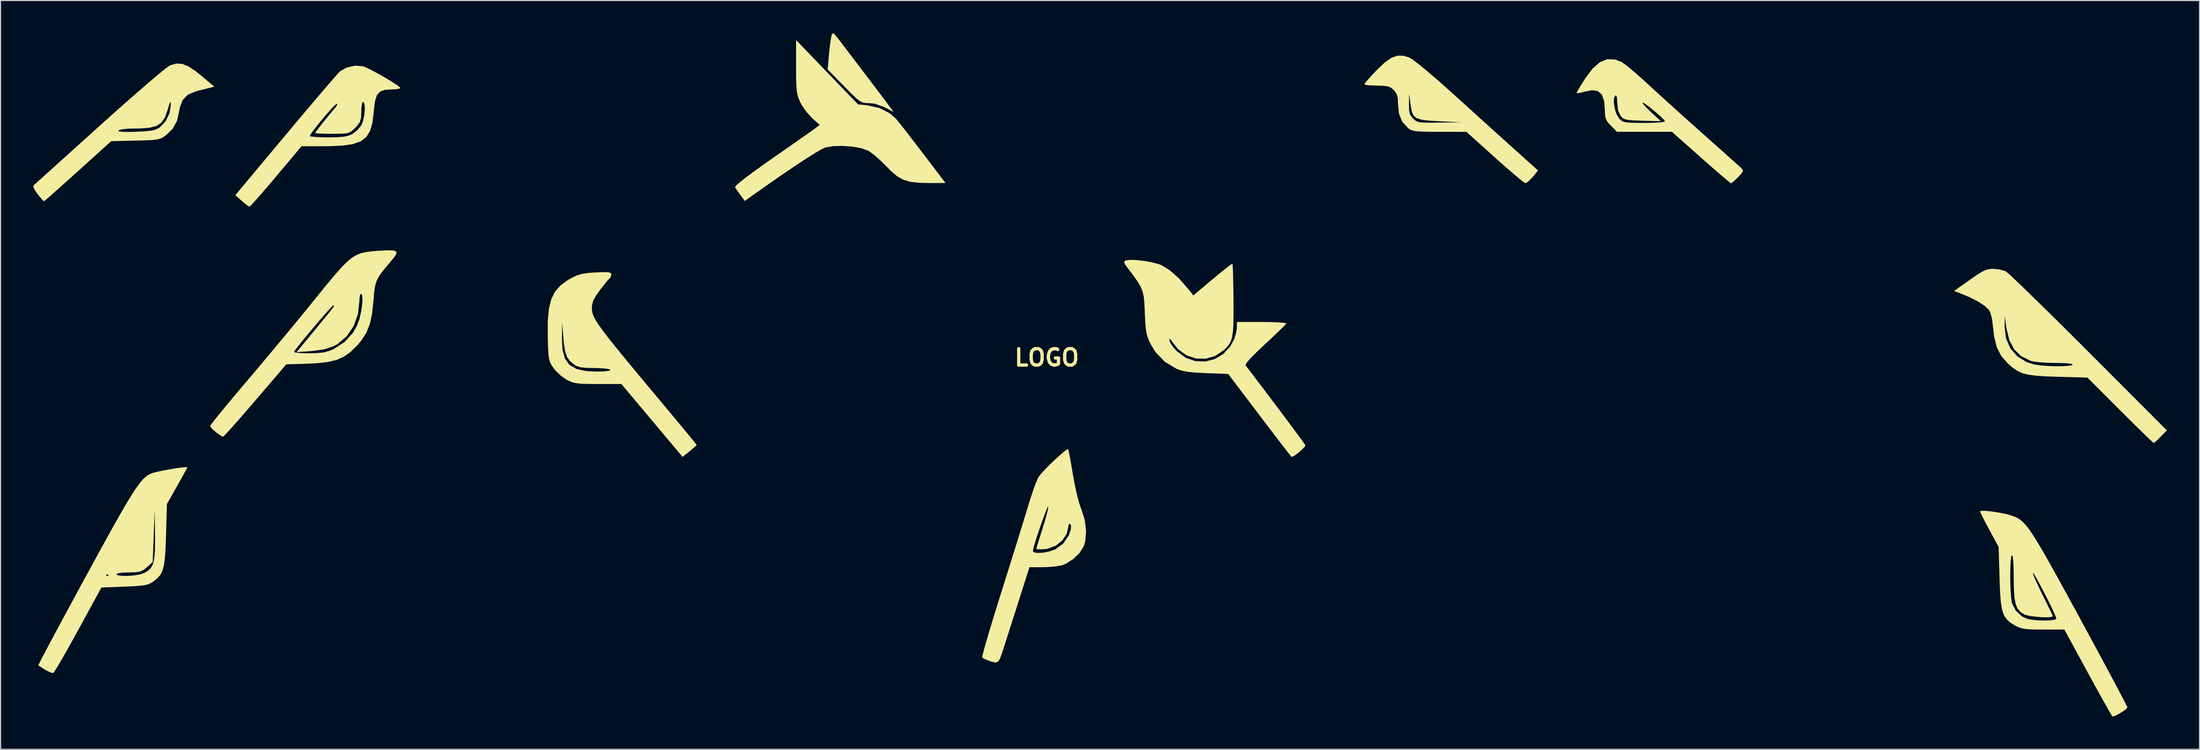
<source format=kicad_pcb>
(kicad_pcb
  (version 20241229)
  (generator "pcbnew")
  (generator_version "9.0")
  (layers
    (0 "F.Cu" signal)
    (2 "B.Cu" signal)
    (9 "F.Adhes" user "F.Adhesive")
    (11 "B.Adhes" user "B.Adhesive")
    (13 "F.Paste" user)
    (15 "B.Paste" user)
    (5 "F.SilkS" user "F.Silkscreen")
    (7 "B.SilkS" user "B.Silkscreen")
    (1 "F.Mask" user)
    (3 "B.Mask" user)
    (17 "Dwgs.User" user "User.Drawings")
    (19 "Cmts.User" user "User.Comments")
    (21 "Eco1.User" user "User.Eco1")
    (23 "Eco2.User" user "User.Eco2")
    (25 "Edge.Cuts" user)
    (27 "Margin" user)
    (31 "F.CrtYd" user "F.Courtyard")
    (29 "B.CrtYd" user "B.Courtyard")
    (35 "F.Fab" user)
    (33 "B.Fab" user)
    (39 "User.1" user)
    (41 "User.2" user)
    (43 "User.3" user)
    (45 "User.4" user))
  (footprint "LOGO"
    (layer "F.Cu")
    (at 92.886 29.732)
    (property "Reference" "LOGO" (at 0 0 0) (layer "F.SilkS") (effects (font (size 1.5 1.5) (thickness 0.3))))
    (attr board_only exclude_from_pos_files exclude_from_bom)
    (fp_poly (pts (xy -19.417 -29.601) (xy -19.137 -29.258) (xy -18.89 -28.935) (xy -18.562 -28.504) (xy -18.08 -27.872) (xy -17.49 -27.096) (xy -16.834 -26.234) (xy -16.158 -25.345) (xy -16.08 -25.243) (xy -15.467 -24.435) (xy -14.931 -23.724) (xy -14.5 -23.146) (xy -14.2 -22.739) (xy -14.061 -22.541) (xy -14.055 -22.527) (xy -14.214 -22.606) (xy -14.565 -22.793) (xy -14.823 -22.935) (xy -15.746 -23.274) (xy -16.299 -23.329) (xy -16.615 -23.338) (xy -16.876 -23.389) (xy -17.135 -23.519) (xy -17.449 -23.765) (xy -17.871 -24.165) (xy -18.456 -24.756) (xy -18.571 -24.872) (xy -20.083 -26.415) (xy -19.966 -27.737) (xy -19.897 -28.418) (xy -19.819 -29.02) (xy -19.749 -29.432) (xy -19.737 -29.481) (xy -19.67 -29.681) (xy -19.579 -29.732)) (stroke (width 0) (type solid)) (fill yes) (layer "F.SilkS"))
    (fp_poly (pts (xy -20.138 -26.162) (xy -17.299 -23.214) (xy -16.415 -23.123) (xy -15.334 -22.878) (xy -14.396 -22.398) (xy -13.846 -21.92) (xy -13.62 -21.651) (xy -13.236 -21.17) (xy -12.729 -20.522) (xy -12.137 -19.756) (xy -11.496 -18.918) (xy -11.353 -18.73) (xy -9.283 -16.003) (xy -10.686 -16.003) (xy -11.727 -16.026) (xy -12.525 -16.118) (xy -13.162 -16.308) (xy -13.72 -16.627) (xy -14.279 -17.107) (xy -14.676 -17.512) (xy -15.223 -18.055) (xy -15.777 -18.542) (xy -16.244 -18.892) (xy -16.385 -18.976) (xy -17.008 -19.195) (xy -17.829 -19.342) (xy -18.728 -19.409) (xy -19.584 -19.387) (xy -20.276 -19.268) (xy -20.313 -19.256) (xy -20.655 -19.094) (xy -21.227 -18.759) (xy -21.998 -18.275) (xy -22.936 -17.66) (xy -24.009 -16.938) (xy -25.185 -16.127) (xy -26.432 -15.25) (xy -26.915 -14.906) (xy -27.676 -14.362) (xy -28.071 -14.898) (xy -28.35 -15.284) (xy -28.547 -15.577) (xy -28.574 -15.622) (xy -28.476 -15.773) (xy -28.121 -16.089) (xy -27.525 -16.556) (xy -26.705 -17.163) (xy -25.675 -17.897) (xy -25.138 -18.272) (xy -24.17 -18.946) (xy -23.273 -19.572) (xy -22.487 -20.123) (xy -21.852 -20.57) (xy -21.408 -20.885) (xy -21.205 -21.033) (xy -20.814 -21.332) (xy -21.515 -21.965) (xy -21.999 -22.491) (xy -22.436 -23.114) (xy -22.596 -23.411) (xy -22.745 -23.758) (xy -22.85 -24.097) (xy -22.917 -24.497) (xy -22.955 -25.024) (xy -22.973 -25.746) (xy -22.976 -26.667) (xy -22.976 -29.11)) (stroke (width 0) (type solid)) (fill yes) (layer "F.SilkS"))
    (fp_poly (pts (xy 32.663 -27.672) (xy 33.194 -27.523) (xy 33.507 -27.338) (xy 34.036 -26.941) (xy 34.764 -26.345) (xy 35.675 -25.565) (xy 36.75 -24.616) (xy 37.679 -23.779) (xy 38.724 -22.832) (xy 39.781 -21.875) (xy 40.802 -20.952) (xy 41.739 -20.106) (xy 42.543 -19.381) (xy 43.166 -18.82) (xy 43.289 -18.71) (xy 45.024 -17.156) (xy 44.539 -16.568) (xy 44.213 -16.22) (xy 43.944 -16.015) (xy 43.863 -15.99) (xy 43.69 -16.098) (xy 43.315 -16.394) (xy 42.776 -16.845) (xy 42.111 -17.42) (xy 41.357 -18.087) (xy 41.066 -18.349) (xy 38.461 -20.696) (xy 36 -20.699) (xy 35.041 -20.703) (xy 34.351 -20.719) (xy 33.871 -20.753) (xy 33.544 -20.812) (xy 33.313 -20.902) (xy 33.119 -21.032) (xy 33.107 -21.041) (xy 32.572 -21.625) (xy 32.275 -22.371) (xy 32.192 -23.224) (xy 32.191 -23.258) (xy 33.191 -23.258) (xy 33.2 -22.679) (xy 33.284 -22.303) (xy 33.476 -22.013) (xy 33.569 -21.915) (xy 33.752 -21.748) (xy 33.948 -21.636) (xy 34.222 -21.57) (xy 34.639 -21.54) (xy 35.263 -21.535) (xy 35.97 -21.543) (xy 37.972 -21.57) (xy 35.98 -21.668) (xy 35.035 -21.725) (xy 34.363 -21.806) (xy 33.912 -21.944) (xy 33.63 -22.17) (xy 33.466 -22.514) (xy 33.366 -23.008) (xy 33.333 -23.251) (xy 33.212 -24.202) (xy 33.191 -23.258) (xy 32.191 -23.258) (xy 32.164 -23.808) (xy 32.054 -24.193) (xy 31.825 -24.502) (xy 31.793 -24.535) (xy 31.535 -24.751) (xy 31.238 -24.872) (xy 30.802 -24.924) (xy 30.246 -24.935) (xy 29.682 -24.951) (xy 29.273 -24.993) (xy 29.1 -25.052) (xy 29.099 -25.057) (xy 29.205 -25.219) (xy 29.493 -25.556) (xy 29.912 -26.013) (xy 30.236 -26.352) (xy 30.954 -27.037) (xy 31.559 -27.47) (xy 32.108 -27.674)) (stroke (width 0) (type solid)) (fill yes) (layer "F.SilkS"))
    (fp_poly (pts (xy 87.291 -8.087) (xy 87.791 -7.953) (xy 87.89 -7.907) (xy 88.081 -7.753) (xy 88.48 -7.388) (xy 89.066 -6.833) (xy 89.819 -6.108) (xy 90.716 -5.233) (xy 91.738 -4.231) (xy 92.863 -3.12) (xy 94.069 -1.921) (xy 95.337 -0.656) (xy 95.489 -0.503) (xy 102.649 6.667) (xy 102.092 7.241) (xy 101.753 7.574) (xy 101.509 7.781) (xy 101.444 7.815) (xy 101.309 7.705) (xy 100.976 7.394) (xy 100.476 6.912) (xy 99.841 6.29) (xy 99.102 5.559) (xy 98.364 4.824) (xy 95.375 1.832) (xy 92.667 1.756) (xy 91.503 1.714) (xy 90.606 1.653) (xy 89.916 1.558) (xy 89.376 1.412) (xy 88.925 1.202) (xy 88.506 0.911) (xy 88.12 0.581) (xy 87.492 -0.121) (xy 87.068 -0.937) (xy 86.817 -1.94) (xy 86.735 -2.675) (xy 86.716 -2.834) (xy 87.781 -2.834) (xy 87.905 -1.777) (xy 88.304 -0.856) (xy 88.946 -0.114) (xy 89.799 0.413) (xy 90.528 0.635) (xy 91.091 0.715) (xy 91.766 0.767) (xy 92.472 0.791) (xy 93.13 0.785) (xy 93.658 0.751) (xy 93.977 0.687) (xy 94.029 0.651) (xy 93.926 0.572) (xy 93.516 0.518) (xy 92.816 0.491) (xy 92.435 0.488) (xy 91.658 0.47) (xy 90.946 0.422) (xy 90.398 0.351) (xy 90.186 0.301) (xy 89.313 -0.126) (xy 88.662 -0.752) (xy 88.214 -1.603) (xy 87.948 -2.708) (xy 87.932 -2.825) (xy 87.802 -3.826) (xy 87.781 -2.834) (xy 86.716 -2.834) (xy 86.629 -3.564) (xy 86.459 -4.167) (xy 86.338 -4.384) (xy 85.95 -4.752) (xy 85.314 -5.161) (xy 84.498 -5.572) (xy 83.787 -5.867) (xy 83.152 -6.107) (xy 84.581 -7.124) (xy 85.254 -7.59) (xy 85.744 -7.89) (xy 86.125 -8.058) (xy 86.471 -8.13) (xy 86.731 -8.141)) (stroke (width 0) (type solid)) (fill yes) (layer "F.SilkS"))
    (fp_poly (pts (xy -79.245 -26.927) (xy -78.659 -26.692) (xy -77.97 -26.231) (xy -77.48 -25.836) (xy -76.295 -24.838) (xy -76.777 -24.715) (xy -77.249 -24.595) (xy -77.824 -24.451) (xy -77.968 -24.415) (xy -78.712 -24.108) (xy -79.204 -23.606) (xy -79.47 -22.88) (xy -79.506 -22.642) (xy -79.714 -21.704) (xy -80.114 -20.973) (xy -80.705 -20.402) (xy -80.959 -20.218) (xy -81.203 -20.09) (xy -81.501 -20.006) (xy -81.919 -19.953) (xy -82.523 -19.921) (xy -83.377 -19.897) (xy -83.524 -19.893) (xy -85.745 -19.841) (xy -88.798 -17.084) (xy -89.632 -16.334) (xy -90.383 -15.661) (xy -91.019 -15.095) (xy -91.508 -14.666) (xy -91.815 -14.401) (xy -91.909 -14.328) (xy -92.033 -14.444) (xy -92.29 -14.742) (xy -92.49 -14.99) (xy -92.76 -15.384) (xy -92.886 -15.68) (xy -92.87 -15.778) (xy -92.724 -15.909) (xy -92.36 -16.237) (xy -91.802 -16.74) (xy -91.074 -17.396) (xy -90.2 -18.184) (xy -89.204 -19.083) (xy -88.109 -20.07) (xy -87.276 -20.822) (xy -85.086 -20.822) (xy -85.036 -20.739) (xy -84.742 -20.694) (xy -84.176 -20.685) (xy -83.474 -20.704) (xy -82.647 -20.745) (xy -82.073 -20.806) (xy -81.677 -20.899) (xy -81.385 -21.039) (xy -81.295 -21.101) (xy -80.761 -21.666) (xy -80.401 -22.393) (xy -80.284 -23.121) (xy -80.299 -23.395) (xy -80.341 -23.431) (xy -80.428 -23.202) (xy -80.568 -22.72) (xy -80.814 -22.031) (xy -81.136 -21.548) (xy -81.593 -21.239) (xy -82.239 -21.07) (xy -83.131 -21.007) (xy -83.46 -21.004) (xy -84.244 -20.984) (xy -84.794 -20.928) (xy -85.069 -20.84) (xy -85.086 -20.822) (xy -87.276 -20.822) (xy -86.94 -21.125) (xy -86.823 -21.231) (xy -85.633 -22.299) (xy -84.5 -23.305) (xy -83.449 -24.228) (xy -82.507 -25.044) (xy -81.7 -25.731) (xy -81.054 -26.267) (xy -80.595 -26.629) (xy -80.349 -26.795) (xy -80.343 -26.798) (xy -79.786 -26.956)) (stroke (width 0) (type solid)) (fill yes) (layer "F.SilkS"))
    (fp_poly (pts (xy -40.207 -7.825) (xy -39.984 -7.771) (xy -39.907 -7.667) (xy -39.904 -7.624) (xy -39.988 -7.343) (xy -40.054 -7.276) (xy -40.219 -7.108) (xy -40.517 -6.75) (xy -40.888 -6.274) (xy -40.95 -6.192) (xy -41.355 -5.618) (xy -41.584 -5.182) (xy -41.681 -4.782) (xy -41.695 -4.5) (xy -41.68 -4.273) (xy -41.626 -4.03) (xy -41.515 -3.751) (xy -41.332 -3.412) (xy -41.061 -2.992) (xy -40.686 -2.468) (xy -40.19 -1.82) (xy -39.557 -1.025) (xy -38.772 -0.062) (xy -37.818 1.093) (xy -36.679 2.46) (xy -35.874 3.423) (xy -35.007 4.461) (xy -34.21 5.417) (xy -33.507 6.265) (xy -32.919 6.976) (xy -32.471 7.522) (xy -32.187 7.875) (xy -32.088 8.005) (xy -32.204 8.131) (xy -32.499 8.389) (xy -32.734 8.582) (xy -33.379 9.101) (xy -36.184 5.76) (xy -38.989 2.419) (xy -41.13 2.419) (xy -42.031 2.414) (xy -42.678 2.391) (xy -43.144 2.342) (xy -43.501 2.257) (xy -43.82 2.126) (xy -43.989 2.04) (xy -44.531 1.663) (xy -45.042 1.164) (xy -45.196 0.969) (xy -45.39 0.682) (xy -45.526 0.421) (xy -45.615 0.121) (xy -45.671 -0.286) (xy -45.705 -0.865) (xy -45.73 -1.682) (xy -45.733 -1.814) (xy -44.438 -1.814) (xy -44.385 -0.736) (xy -44.164 0.08) (xy -43.75 0.663) (xy -43.115 1.038) (xy -42.23 1.234) (xy -41.319 1.279) (xy -40.588 1.262) (xy -40.134 1.213) (xy -39.98 1.134) (xy -39.985 1.117) (xy -40.184 1.043) (xy -40.626 0.986) (xy -41.229 0.956) (xy -41.476 0.954) (xy -42.213 0.939) (xy -42.715 0.885) (xy -43.073 0.774) (xy -43.339 0.617) (xy -43.714 0.302) (xy -43.97 -0.063) (xy -44.139 -0.554) (xy -44.25 -1.246) (xy -44.303 -1.814) (xy -44.415 -3.198) (xy -44.438 -1.814) (xy -45.733 -1.814) (xy -45.737 -1.999) (xy -45.732 -3.368) (xy -45.631 -4.468) (xy -45.417 -5.345) (xy -45.07 -6.046) (xy -44.571 -6.617) (xy -43.903 -7.106) (xy -43.609 -7.275) (xy -43.097 -7.523) (xy -42.597 -7.677) (xy -41.989 -7.766) (xy -41.329 -7.81) (xy -40.635 -7.835)) (stroke (width 0) (type solid)) (fill yes) (layer "F.SilkS"))
    (fp_poly (pts (xy 52.068 -27.332) (xy 52.662 -27.108) (xy 52.962 -26.905) (xy 53.442 -26.523) (xy 54.046 -26.01) (xy 54.719 -25.412) (xy 55.055 -25.103) (xy 55.726 -24.486) (xy 56.578 -23.71) (xy 57.548 -22.832) (xy 58.574 -21.909) (xy 59.593 -20.997) (xy 60.103 -20.543) (xy 60.974 -19.768) (xy 61.779 -19.051) (xy 62.482 -18.424) (xy 63.044 -17.921) (xy 63.431 -17.573) (xy 63.597 -17.422) (xy 63.776 -17.233) (xy 63.796 -17.069) (xy 63.634 -16.84) (xy 63.361 -16.552) (xy 63.021 -16.219) (xy 62.774 -16.013) (xy 62.709 -15.979) (xy 62.564 -16.083) (xy 62.213 -16.372) (xy 61.691 -16.816) (xy 61.037 -17.384) (xy 60.285 -18.044) (xy 59.951 -18.34) (xy 57.291 -20.701) (xy 54.773 -20.701) (xy 52.255 -20.701) (xy 51.701 -21.255) (xy 51.356 -21.647) (xy 51.193 -22.015) (xy 51.148 -22.519) (xy 51.147 -22.628) (xy 51.095 -23.341) (xy 51.969 -23.341) (xy 52.054 -22.815) (xy 52.217 -22.31) (xy 52.442 -21.932) (xy 52.455 -21.917) (xy 52.633 -21.746) (xy 52.829 -21.632) (xy 53.109 -21.564) (xy 53.539 -21.529) (xy 54.184 -21.517) (xy 54.771 -21.515) (xy 55.611 -21.528) (xy 56.227 -21.563) (xy 56.583 -21.619) (xy 56.656 -21.673) (xy 56.511 -21.857) (xy 56.197 -22.159) (xy 55.785 -22.52) (xy 55.346 -22.879) (xy 54.952 -23.179) (xy 54.676 -23.36) (xy 54.589 -23.383) (xy 54.66 -23.243) (xy 54.922 -22.947) (xy 55.32 -22.555) (xy 55.393 -22.487) (xy 56.276 -21.672) (xy 54.593 -21.716) (xy 53.825 -21.742) (xy 53.313 -21.781) (xy 52.986 -21.85) (xy 52.774 -21.962) (xy 52.606 -22.134) (xy 52.598 -22.144) (xy 52.356 -22.657) (xy 52.287 -23.334) (xy 52.259 -23.84) (xy 52.171 -24.038) (xy 52.106 -24.028) (xy 51.98 -23.78) (xy 51.969 -23.341) (xy 51.095 -23.341) (xy 51.082 -23.509) (xy 50.875 -24.105) (xy 50.51 -24.435) (xy 49.968 -24.513) (xy 49.349 -24.393) (xy 48.898 -24.278) (xy 48.61 -24.239) (xy 48.552 -24.26) (xy 48.639 -24.436) (xy 48.862 -24.816) (xy 49.181 -25.331) (xy 49.333 -25.57) (xy 50.007 -26.478) (xy 50.677 -27.07) (xy 51.358 -27.352)) (stroke (width 0) (type solid)) (fill yes) (layer "F.SilkS"))
    (fp_poly (pts (xy -78.767 10.046) (xy -78.842 10.207) (xy -79.048 10.592) (xy -79.351 11.143) (xy -79.703 11.769) (xy -80.638 13.421) (xy -80.72 16.271) (xy -80.762 17.447) (xy -80.821 18.349) (xy -80.91 19.026) (xy -81.044 19.529) (xy -81.236 19.908) (xy -81.501 20.215) (xy -81.852 20.499) (xy -81.899 20.532) (xy -82.154 20.692) (xy -82.441 20.805) (xy -82.826 20.882) (xy -83.375 20.935) (xy -84.157 20.977) (xy -84.535 20.992) (xy -86.64 21.074) (xy -88.769 24.969) (xy -89.334 25.996) (xy -89.855 26.924) (xy -90.31 27.718) (xy -90.676 28.339) (xy -90.932 28.75) (xy -91.057 28.914) (xy -91.06 28.915) (xy -91.29 28.867) (xy -91.664 28.687) (xy -91.792 28.612) (xy -92.163 28.381) (xy -92.396 28.232) (xy -92.425 28.213) (xy -92.361 28.065) (xy -92.154 27.658) (xy -91.819 27.016) (xy -91.367 26.165) (xy -90.814 25.13) (xy -90.173 23.938) (xy -89.458 22.613) (xy -88.682 21.181) (xy -88.059 20.037) (xy -87.988 19.907) (xy -86.202 19.907) (xy -86.18 20.004) (xy -86.094 20.015) (xy -85.96 19.956) (xy -85.985 19.907) (xy -86.178 19.887) (xy -86.202 19.907) (xy -87.988 19.907) (xy -87.959 19.853) (xy -85.28 19.853) (xy -85.134 19.954) (xy -84.758 20.006) (xy -84.243 20.01) (xy -83.68 19.969) (xy -83.16 19.888) (xy -82.773 19.769) (xy -82.384 19.547) (xy -82.1 19.275) (xy -81.908 18.9) (xy -81.791 18.372) (xy -81.735 17.638) (xy -81.724 16.648) (xy -81.728 16.245) (xy -81.758 13.91) (xy -81.85 16.325) (xy -81.942 18.74) (xy -82.473 19.215) (xy -82.793 19.47) (xy -83.105 19.614) (xy -83.52 19.676) (xy -84.142 19.69) (xy -84.726 19.711) (xy -85.129 19.769) (xy -85.28 19.853) (xy -87.959 19.853) (xy -87.049 18.186) (xy -86.177 16.6) (xy -85.431 15.258) (xy -84.797 14.139) (xy -84.26 13.221) (xy -83.806 12.482) (xy -83.422 11.902) (xy -83.094 11.458) (xy -82.808 11.128) (xy -82.55 10.893) (xy -82.306 10.728) (xy -82.061 10.614) (xy -81.941 10.572) (xy -81.566 10.472) (xy -81.03 10.358) (xy -80.414 10.244) (xy -79.799 10.142) (xy -79.265 10.067) (xy -78.895 10.032)) (stroke (width 0) (type solid)) (fill yes) (layer "F.SilkS"))
    (fp_poly (pts (xy -62.687 -26.709) (xy -62.675 -26.706) (xy -62.324 -26.566) (xy -61.818 -26.316) (xy -61.222 -25.995) (xy -60.604 -25.642) (xy -60.032 -25.297) (xy -59.574 -24.998) (xy -59.297 -24.784) (xy -59.245 -24.713) (xy -59.391 -24.64) (xy -59.764 -24.594) (xy -60.041 -24.586) (xy -60.669 -24.544) (xy -61.106 -24.387) (xy -61.392 -24.064) (xy -61.566 -23.525) (xy -61.668 -22.722) (xy -61.683 -22.522) (xy -61.799 -21.549) (xy -62.011 -20.793) (xy -62.357 -20.229) (xy -62.873 -19.831) (xy -63.593 -19.574) (xy -64.554 -19.433) (xy -65.791 -19.381) (xy -66.095 -19.379) (xy -68.305 -19.376) (xy -70.628 -16.608) (xy -71.307 -15.805) (xy -71.918 -15.094) (xy -72.431 -14.51) (xy -72.813 -14.089) (xy -73.034 -13.866) (xy -73.072 -13.84) (xy -73.254 -13.94) (xy -73.581 -14.196) (xy -73.779 -14.369) (xy -74.365 -14.898) (xy -69.835 -20.316) (xy -67.549 -20.316) (xy -67.549 -20.316) (xy -67.397 -20.264) (xy -66.988 -20.222) (xy -66.39 -20.196) (xy -65.877 -20.19) (xy -65.021 -20.204) (xy -64.411 -20.255) (xy -63.97 -20.352) (xy -63.651 -20.487) (xy -63.188 -20.844) (xy -62.817 -21.307) (xy -62.799 -21.34) (xy -62.646 -21.75) (xy -62.545 -22.258) (xy -62.501 -22.771) (xy -62.522 -23.191) (xy -62.612 -23.426) (xy -62.664 -23.446) (xy -62.753 -23.299) (xy -62.812 -22.918) (xy -62.827 -22.534) (xy -62.849 -21.976) (xy -62.951 -21.601) (xy -63.186 -21.271) (xy -63.381 -21.069) (xy -63.646 -20.814) (xy -63.88 -20.652) (xy -64.162 -20.563) (xy -64.577 -20.525) (xy -65.206 -20.516) (xy -65.497 -20.515) (xy -66.166 -20.522) (xy -66.691 -20.541) (xy -67.004 -20.569) (xy -67.06 -20.588) (xy -66.964 -20.736) (xy -66.707 -21.073) (xy -66.339 -21.539) (xy -65.907 -22.073) (xy -65.459 -22.616) (xy -65.136 -22.998) (xy -65.012 -23.214) (xy -65.065 -23.283) (xy -65.224 -23.165) (xy -65.529 -22.85) (xy -65.93 -22.402) (xy -66.375 -21.881) (xy -66.81 -21.35) (xy -67.186 -20.871) (xy -67.449 -20.506) (xy -67.549 -20.316) (xy -69.835 -20.316) (xy -69.736 -20.434) (xy -68.762 -21.597) (xy -67.842 -22.689) (xy -66.999 -23.684) (xy -66.257 -24.555) (xy -65.638 -25.275) (xy -65.166 -25.817) (xy -64.863 -26.154) (xy -64.766 -26.253) (xy -64.138 -26.6) (xy -63.392 -26.763)) (stroke (width 0) (type solid)) (fill yes) (layer "F.SilkS"))
    (fp_poly (pts (xy 2.006 8.569) (xy 2.095 9.008) (xy 2.211 9.648) (xy 2.345 10.43) (xy 2.389 10.702) (xy 2.588 11.781) (xy 2.81 12.758) (xy 3.037 13.549) (xy 3.176 13.921) (xy 3.481 14.889) (xy 3.602 15.888) (xy 3.532 16.81) (xy 3.385 17.307) (xy 2.998 17.911) (xy 2.408 18.477) (xy 1.731 18.903) (xy 1.371 19.04) (xy 0.887 19.128) (xy 0.226 19.19) (xy -0.417 19.212) (xy -1.589 19.213) (xy -2.665 22.591) (xy -3.005 23.658) (xy -3.334 24.687) (xy -3.63 25.614) (xy -3.873 26.374) (xy -4.043 26.903) (xy -4.07 26.988) (xy -4.272 27.56) (xy -4.457 27.867) (xy -4.699 27.955) (xy -5.069 27.871) (xy -5.298 27.789) (xy -5.681 27.629) (xy -5.912 27.499) (xy -5.919 27.492) (xy -5.896 27.318) (xy -5.783 26.869) (xy -5.591 26.18) (xy -5.33 25.287) (xy -5.011 24.224) (xy -4.643 23.027) (xy -4.238 21.731) (xy -4.232 21.712) (xy -3.785 20.294) (xy -3.339 18.871) (xy -2.986 17.741) (xy -1.279 17.741) (xy -1.139 17.868) (xy -0.775 17.91) (xy -0.279 17.871) (xy 0.26 17.761) (xy 0.753 17.586) (xy 0.78 17.573) (xy 1.499 17.051) (xy 2.01 16.311) (xy 2.201 15.763) (xy 2.224 15.41) (xy 2.14 15.224) (xy 2.013 15.275) (xy 1.977 15.466) (xy 1.825 16.154) (xy 1.414 16.768) (xy 0.808 17.244) (xy 0.075 17.517) (xy -0.134 17.547) (xy -0.599 17.573) (xy -0.896 17.554) (xy -0.954 17.521) (xy -0.907 17.333) (xy -0.778 16.901) (xy -0.588 16.291) (xy -0.373 15.62) (xy -0.149 14.893) (xy 0.023 14.271) (xy 0.124 13.824) (xy 0.14 13.628) (xy 0.073 13.711) (xy -0.068 14.039) (xy -0.263 14.548) (xy -0.487 15.173) (xy -0.72 15.848) (xy -0.938 16.508) (xy -1.119 17.088) (xy -1.24 17.524) (xy -1.279 17.741) (xy -2.986 17.741) (xy -2.91 17.497) (xy -2.516 16.228) (xy -2.174 15.12) (xy -1.902 14.228) (xy -1.761 13.758) (xy -1.493 12.898) (xy -1.228 12.107) (xy -0.99 11.461) (xy -0.805 11.032) (xy -0.763 10.953) (xy -0.539 10.661) (xy -0.169 10.257) (xy 0.29 9.793) (xy 0.782 9.322) (xy 1.251 8.898) (xy 1.64 8.573) (xy 1.894 8.401) (xy 1.956 8.391)) (stroke (width 0) (type solid)) (fill yes) (layer "F.SilkS"))
    (fp_poly (pts (xy -59.914 -9.829) (xy -59.634 -9.74) (xy -59.602 -9.545) (xy -59.793 -9.223) (xy -60.181 -8.749) (xy -60.19 -8.739) (xy -60.765 -8.055) (xy -61.159 -7.524) (xy -61.412 -7.055) (xy -61.563 -6.56) (xy -61.65 -5.949) (xy -61.703 -5.293) (xy -61.829 -4.075) (xy -62.036 -3.102) (xy -62.352 -2.298) (xy -62.802 -1.587) (xy -63.172 -1.147) (xy -63.795 -0.533) (xy -64.421 -0.086) (xy -65.121 0.221) (xy -65.965 0.414) (xy -67.024 0.521) (xy -67.692 0.551) (xy -69.699 0.616) (xy -72.54 3.937) (xy -73.297 4.816) (xy -73.986 5.607) (xy -74.579 6.279) (xy -75.049 6.799) (xy -75.365 7.136) (xy -75.499 7.256) (xy -75.5 7.256) (xy -75.69 7.162) (xy -76.024 6.931) (xy -76.146 6.837) (xy -76.478 6.541) (xy -76.662 6.308) (xy -76.676 6.262) (xy -76.574 6.104) (xy -76.285 5.73) (xy -75.834 5.17) (xy -75.247 4.456) (xy -74.549 3.618) (xy -73.765 2.688) (xy -73.319 2.163) (xy -72.3 0.959) (xy -71.177 -0.38) (xy -71.056 -0.525) (xy -68.996 -0.525) (xy -68.871 -0.468) (xy -68.489 -0.424) (xy -67.922 -0.399) (xy -67.612 -0.396) (xy -66.815 -0.416) (xy -66.227 -0.485) (xy -65.733 -0.624) (xy -65.36 -0.784) (xy -64.352 -1.43) (xy -63.572 -2.297) (xy -63.186 -3) (xy -62.994 -3.551) (xy -62.845 -4.187) (xy -62.748 -4.821) (xy -62.715 -5.367) (xy -62.757 -5.738) (xy -62.822 -5.841) (xy -62.939 -5.773) (xy -62.994 -5.386) (xy -62.999 -5.156) (xy -63.138 -3.959) (xy -63.536 -2.875) (xy -64.164 -1.956) (xy -64.994 -1.25) (xy -65.362 -1.045) (xy -66.218 -0.762) (xy -67.352 -0.604) (xy -67.422 -0.599) (xy -68.748 -0.508) (xy -67.216 -2.364) (xy -66.526 -3.201) (xy -66.019 -3.818) (xy -65.67 -4.251) (xy -65.453 -4.532) (xy -65.344 -4.693) (xy -65.318 -4.768) (xy -65.35 -4.79) (xy -65.388 -4.791) (xy -65.525 -4.673) (xy -65.825 -4.352) (xy -66.246 -3.879) (xy -66.744 -3.303) (xy -67.278 -2.675) (xy -67.806 -2.045) (xy -68.284 -1.463) (xy -68.67 -0.979) (xy -68.922 -0.643) (xy -68.996 -0.525) (xy -71.056 -0.525) (xy -70.014 -1.776) (xy -68.876 -3.151) (xy -67.83 -4.427) (xy -67.05 -5.387) (xy -66.118 -6.538) (xy -65.354 -7.46) (xy -64.724 -8.18) (xy -64.193 -8.725) (xy -63.727 -9.121) (xy -63.291 -9.395) (xy -62.85 -9.573) (xy -62.371 -9.682) (xy -61.819 -9.748) (xy -61.32 -9.787) (xy -60.468 -9.837)) (stroke (width 0) (type solid)) (fill yes) (layer "F.SilkS"))
    (fp_poly (pts (xy 8.232 -8.941) (xy 8.939 -8.861) (xy 9.649 -8.734) (xy 10.259 -8.572) (xy 10.465 -8.494) (xy 11.261 -8.019) (xy 12.118 -7.258) (xy 12.944 -6.316) (xy 13.433 -5.701) (xy 15.195 -7.187) (xy 15.829 -7.714) (xy 16.371 -8.15) (xy 16.775 -8.458) (xy 16.994 -8.604) (xy 17.019 -8.609) (xy 17.04 -8.435) (xy 17.06 -7.985) (xy 17.079 -7.309) (xy 17.096 -6.457) (xy 17.108 -5.48) (xy 17.11 -5.288) (xy 17.116 -4.074) (xy 17.103 -3.138) (xy 17.064 -2.43) (xy 16.989 -1.901) (xy 16.868 -1.504) (xy 16.694 -1.188) (xy 16.456 -0.907) (xy 16.255 -0.711) (xy 15.453 -0.164) (xy 14.573 0.097) (xy 13.673 0.08) (xy 12.812 -0.207) (xy 12.05 -0.755) (xy 11.538 -1.396) (xy 11.337 -1.683) (xy 11.248 -1.696) (xy 11.235 -1.578) (xy 11.345 -1.303) (xy 11.629 -0.909) (xy 11.927 -0.581) (xy 12.727 0.012) (xy 13.608 0.321) (xy 14.515 0.358) (xy 15.391 0.135) (xy 16.182 -0.337) (xy 16.831 -1.047) (xy 17.169 -1.675) (xy 17.338 -2.207) (xy 17.42 -2.715) (xy 17.422 -2.774) (xy 17.422 -3.268) (xy 19.715 -3.268) (xy 20.531 -3.258) (xy 21.211 -3.232) (xy 21.699 -3.193) (xy 21.939 -3.145) (xy 21.954 -3.125) (xy 21.821 -2.972) (xy 21.489 -2.639) (xy 21.001 -2.169) (xy 20.398 -1.602) (xy 19.99 -1.225) (xy 19.225 -0.501) (xy 18.662 0.07) (xy 18.319 0.473) (xy 18.209 0.69) (xy 18.216 0.709) (xy 18.688 1.322) (xy 19.253 2.064) (xy 19.883 2.895) (xy 20.547 3.775) (xy 21.217 4.666) (xy 21.863 5.528) (xy 22.455 6.323) (xy 22.965 7.011) (xy 23.363 7.552) (xy 23.619 7.908) (xy 23.704 8.037) (xy 23.615 8.199) (xy 23.352 8.466) (xy 23.008 8.759) (xy 22.677 8.998) (xy 22.453 9.105) (xy 22.443 9.106) (xy 22.335 8.981) (xy 22.055 8.628) (xy 21.629 8.08) (xy 21.081 7.368) (xy 20.437 6.525) (xy 19.721 5.583) (xy 19.506 5.299) (xy 16.624 1.494) (xy 14.621 1.423) (xy 13.653 1.375) (xy 12.934 1.305) (xy 12.391 1.2) (xy 11.949 1.05) (xy 11.878 1.019) (xy 10.802 0.369) (xy 9.956 -0.513) (xy 9.499 -1.272) (xy 9.3 -1.713) (xy 9.165 -2.132) (xy 9.078 -2.616) (xy 9.022 -3.252) (xy 8.983 -4.124) (xy 8.948 -4.952) (xy 8.889 -5.58) (xy 8.774 -6.088) (xy 8.574 -6.56) (xy 8.256 -7.076) (xy 7.789 -7.719) (xy 7.422 -8.202) (xy 7.157 -8.573) (xy 7.084 -8.774) (xy 7.184 -8.882) (xy 7.24 -8.906) (xy 7.631 -8.961)) (stroke (width 0) (type solid)) (fill yes) (layer "F.SilkS"))
    (fp_poly (pts (xy 86.055 14.048) (xy 86.594 14.103) (xy 87.209 14.197) (xy 87.819 14.318) (xy 88.26 14.431) (xy 88.573 14.531) (xy 88.858 14.647) (xy 89.128 14.801) (xy 89.399 15.015) (xy 89.686 15.311) (xy 90.004 15.711) (xy 90.367 16.237) (xy 90.792 16.912) (xy 91.292 17.757) (xy 91.882 18.794) (xy 92.579 20.046) (xy 93.396 21.534) (xy 94.348 23.28) (xy 94.639 23.814) (xy 95.452 25.311) (xy 96.216 26.724) (xy 96.918 28.027) (xy 97.543 29.193) (xy 98.078 30.198) (xy 98.508 31.015) (xy 98.82 31.616) (xy 99 31.977) (xy 99.04 32.074) (xy 98.911 32.224) (xy 98.599 32.449) (xy 98.211 32.682) (xy 97.859 32.855) (xy 97.676 32.907) (xy 97.582 32.769) (xy 97.354 32.382) (xy 97.012 31.781) (xy 96.576 31.002) (xy 96.068 30.083) (xy 95.507 29.058) (xy 95.431 28.918) (xy 93.26 24.93) (xy 91.328 24.929) (xy 90.469 24.922) (xy 89.859 24.893) (xy 89.422 24.832) (xy 89.082 24.729) (xy 88.764 24.573) (xy 88.755 24.568) (xy 88.313 24.292) (xy 87.977 23.992) (xy 87.73 23.621) (xy 87.558 23.13) (xy 87.444 22.468) (xy 87.371 21.588) (xy 87.324 20.44) (xy 87.317 20.207) (xy 87.309 19.934) (xy 88.296 19.934) (xy 88.304 20.676) (xy 88.331 21.388) (xy 88.377 21.999) (xy 88.442 22.439) (xy 88.457 22.498) (xy 88.809 23.202) (xy 89.386 23.73) (xy 89.86 23.946) (xy 90.305 24.034) (xy 90.867 24.085) (xy 91.458 24.1) (xy 91.99 24.08) (xy 92.376 24.023) (xy 92.527 23.932) (xy 92.527 23.931) (xy 92.457 23.712) (xy 92.269 23.283) (xy 91.995 22.708) (xy 91.667 22.049) (xy 91.319 21.37) (xy 90.983 20.734) (xy 90.69 20.205) (xy 90.474 19.845) (xy 90.368 19.719) (xy 90.391 19.855) (xy 90.54 20.227) (xy 90.792 20.783) (xy 91.124 21.471) (xy 91.223 21.669) (xy 91.583 22.394) (xy 91.883 23.009) (xy 92.097 23.459) (xy 92.197 23.689) (xy 92.201 23.705) (xy 92.056 23.776) (xy 91.679 23.802) (xy 91.162 23.79) (xy 90.597 23.745) (xy 90.073 23.673) (xy 89.681 23.579) (xy 89.591 23.542) (xy 89.227 23.306) (xy 88.964 22.997) (xy 88.787 22.564) (xy 88.681 21.954) (xy 88.63 21.114) (xy 88.619 20.215) (xy 88.607 19.307) (xy 88.573 18.629) (xy 88.519 18.212) (xy 88.456 18.09) (xy 88.388 18.241) (xy 88.338 18.645) (xy 88.307 19.234) (xy 88.296 19.934) (xy 87.309 19.934) (xy 87.235 17.357) (xy 86.38 15.78) (xy 86.035 15.134) (xy 85.757 14.594) (xy 85.577 14.224) (xy 85.526 14.09) (xy 85.671 14.04)) (stroke (width 0) (type solid)) (fill yes) (layer "F.SilkS")))
  (gr_rect
    (start -3 -3)
    (end 198.534 65.638)
    (stroke (width 0.1) (type default))
    (fill no)
    (layer "Edge.Cuts")))
</source>
